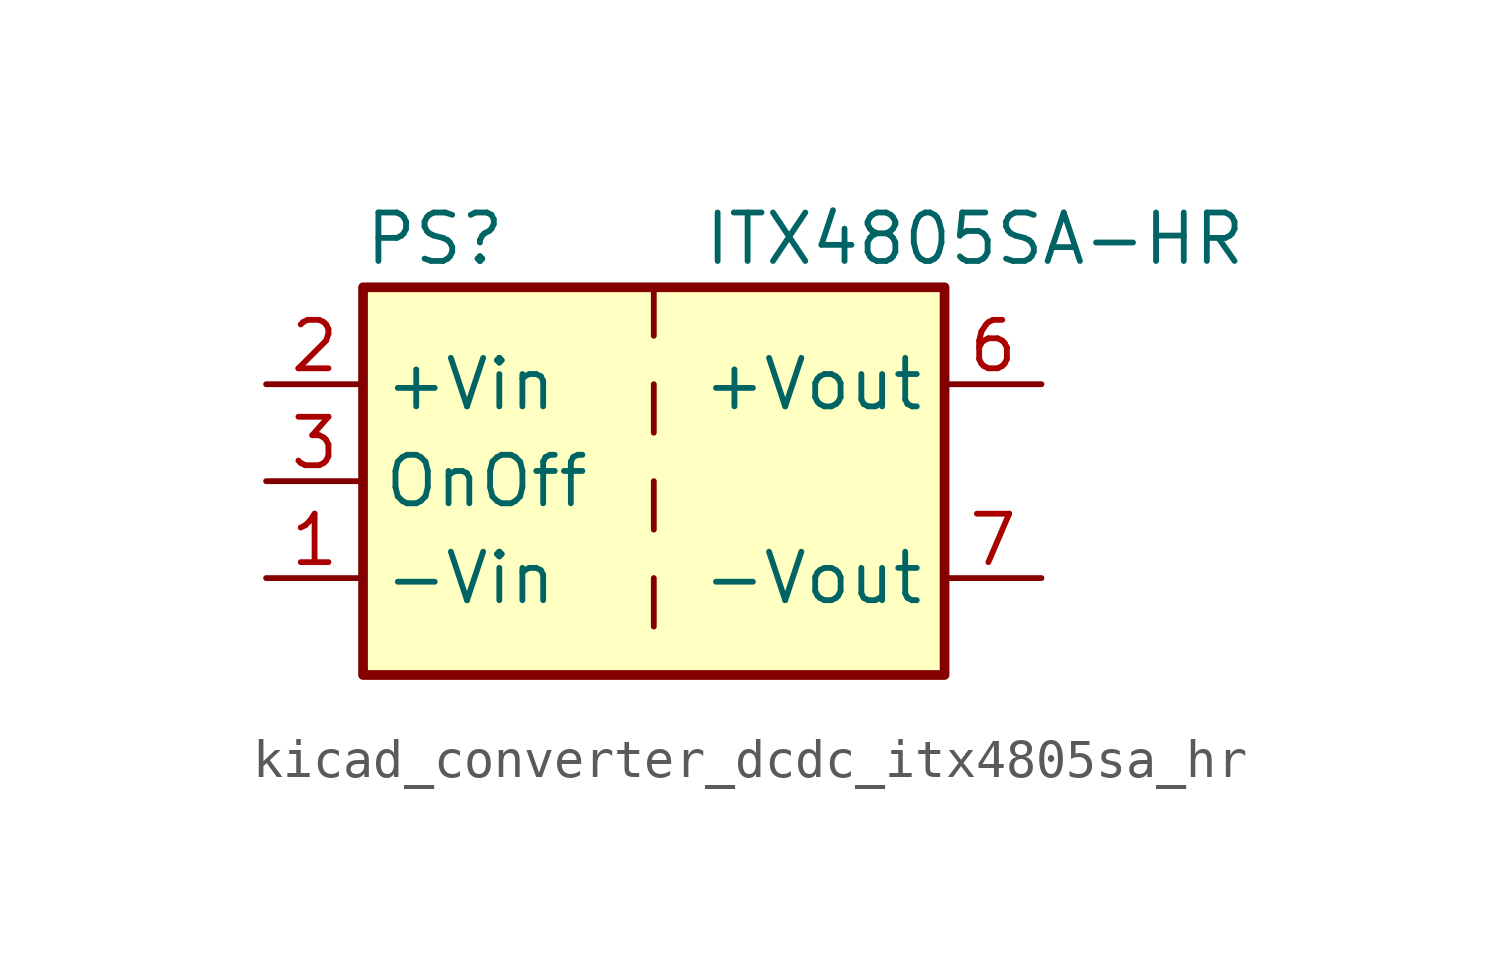
<source format=kicad_sym>
(kicad_symbol_lib
  (version 20220914)
  (generator kicad_symbol_editor)
  (symbol "kicad_converter_dcdc_itx4805sa_hr"
    (property "Reference" "PS"
      (at -7.62 6.35 0)
      (effects (font (size 1.27 1.27)) (justify left)))
    (property "Value" "ITX4805SA-HR"
      (at 1.27 6.35 0)
      (effects (font (size 1.27 1.27)) (justify left)))
    (symbol "kicad_converter_dcdc_itx4805sa_hr_0_0"
      (pin power_in line (at -10.16 -2.54 0) (length 2.54) (name "-Vin" (effects (font (size 1.27 1.27)))) (number "1" (effects (font (size 1.27 1.27)))))
      (pin power_in line (at -10.16 2.54 0) (length 2.54) (name "+Vin" (effects (font (size 1.27 1.27)))) (number "2" (effects (font (size 1.27 1.27)))))
      (pin input line (at -10.16 0 0) (length 2.54) (name "OnOff" (effects (font (size 1.27 1.27)))) (number "3" (effects (font (size 1.27 1.27)))))
      (pin no_connect line (at 0 5.08 270) (length 2.54) hide (name "NC" (effects (font (size 1.27 1.27)))) (number "5" (effects (font (size 1.27 1.27)))))
      (pin power_out line (at 10.16 2.54 180) (length 2.54) (name "+Vout" (effects (font (size 1.27 1.27)))) (number "6" (effects (font (size 1.27 1.27)))))
      (pin power_out line (at 10.16 -2.54 180) (length 2.54) (name "-Vout" (effects (font (size 1.27 1.27)))) (number "7" (effects (font (size 1.27 1.27)))))
      (pin no_connect line (at 7.62 0 180) (length 2.54) hide (name "NC" (effects (font (size 1.27 1.27)))) (number "8" (effects (font (size 1.27 1.27))))))
    (symbol "kicad_converter_dcdc_itx4805sa_hr_0_1"
      (rectangle (start -7.62 5.08) (end 7.62 -5.08) (stroke (width 0.254) (type default)) (fill (type background)))
      (polyline (pts (xy 0 -2.54) (xy 0 -3.81)) (stroke (width 0) (type default)) (fill (type none)))
      (polyline (pts (xy 0 0) (xy 0 -1.27)) (stroke (width 0) (type default)) (fill (type none)))
      (polyline (pts (xy 0 2.54) (xy 0 1.27)) (stroke (width 0) (type default)) (fill (type none)))
      (polyline (pts (xy 0 5.08) (xy 0 3.81)) (stroke (width 0) (type default)) (fill (type none))))))
</source>
